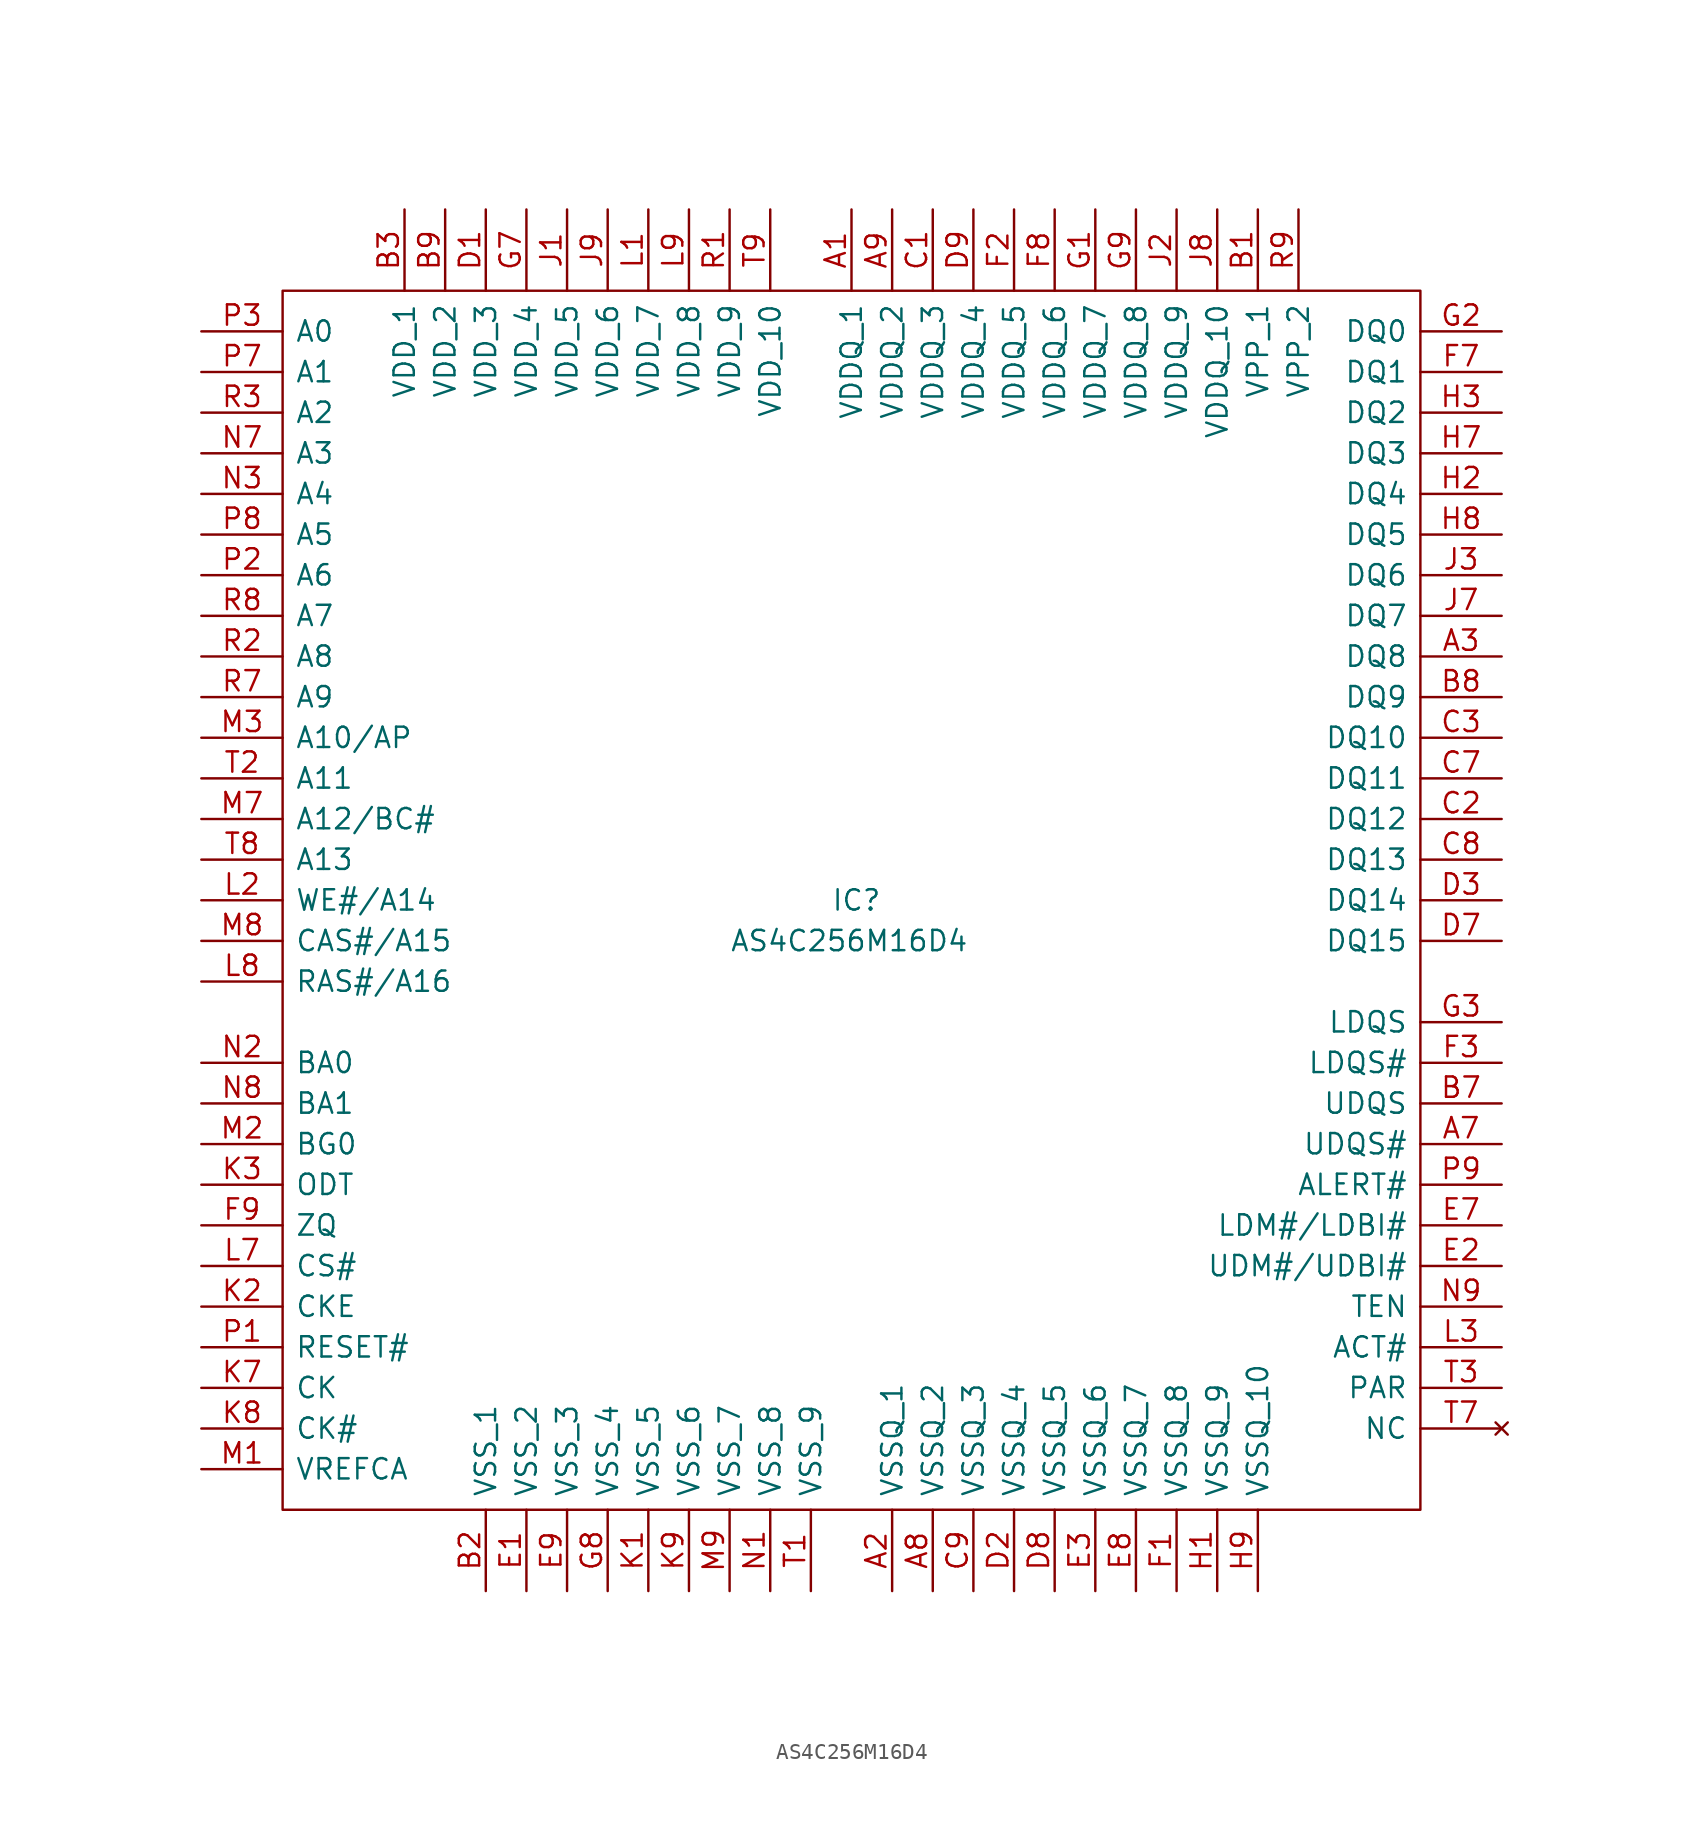
<source format=kicad_sym>
(kicad_symbol_lib
  (version 20200908)
  (generator kicad_symbol_editor)
  (symbol "Scott:AS4C256M16D4"
    (pin_names
      (offset 0.762))
    (property "Reference" "IC"
      (at -1.27 0 0)
      (effects (font (size 1.27 1.27)) (justify left)))
    (property "Value" "AS4C256M16D4"
      (at -7.62 -2.54 0)
      (effects (font (size 1.27 1.27)) (justify left)))
    (symbol "AS4C256M16D4_0_1"
      (polyline (pts (xy -35.56 38.1) (xy 35.56 38.1) (xy 35.56 -38.1) (xy -35.56 -38.1) (xy -35.56 38.1)) (stroke (width 0.152)) (fill (type none))))
    (symbol "AS4C256M16D4_0_0"
      (pin passive line (at 0 43.18 270) (length 5.08) (name "VDDQ_1" (effects (font (size 1.27 1.27)))) (number "A1" (effects (font (size 1.27 1.27)))))
      (pin passive line (at 2.54 -43.18 90) (length 5.08) (name "VSSQ_1" (effects (font (size 1.27 1.27)))) (number "A2" (effects (font (size 1.27 1.27)))))
      (pin passive line (at 40.64 15.24 180) (length 5.08) (name "DQ8" (effects (font (size 1.27 1.27)))) (number "A3" (effects (font (size 1.27 1.27)))))
      (pin passive line (at 40.64 -15.24 180) (length 5.08) (name "UDQS#" (effects (font (size 1.27 1.27)))) (number "A7" (effects (font (size 1.27 1.27)))))
      (pin passive line (at 5.08 -43.18 90) (length 5.08) (name "VSSQ_2" (effects (font (size 1.27 1.27)))) (number "A8" (effects (font (size 1.27 1.27)))))
      (pin passive line (at 2.54 43.18 270) (length 5.08) (name "VDDQ_2" (effects (font (size 1.27 1.27)))) (number "A9" (effects (font (size 1.27 1.27)))))
      (pin passive line (at 25.4 43.18 270) (length 5.08) (name "VPP_1" (effects (font (size 1.27 1.27)))) (number "B1" (effects (font (size 1.27 1.27)))))
      (pin passive line (at -22.86 -43.18 90) (length 5.08) (name "VSS_1" (effects (font (size 1.27 1.27)))) (number "B2" (effects (font (size 1.27 1.27)))))
      (pin passive line (at -27.94 43.18 270) (length 5.08) (name "VDD_1" (effects (font (size 1.27 1.27)))) (number "B3" (effects (font (size 1.27 1.27)))))
      (pin passive line (at 40.64 -12.7 180) (length 5.08) (name "UDQS" (effects (font (size 1.27 1.27)))) (number "B7" (effects (font (size 1.27 1.27)))))
      (pin passive line (at 40.64 12.7 180) (length 5.08) (name "DQ9" (effects (font (size 1.27 1.27)))) (number "B8" (effects (font (size 1.27 1.27)))))
      (pin passive line (at -25.4 43.18 270) (length 5.08) (name "VDD_2" (effects (font (size 1.27 1.27)))) (number "B9" (effects (font (size 1.27 1.27)))))
      (pin passive line (at 5.08 43.18 270) (length 5.08) (name "VDDQ_3" (effects (font (size 1.27 1.27)))) (number "C1" (effects (font (size 1.27 1.27)))))
      (pin passive line (at 40.64 5.08 180) (length 5.08) (name "DQ12" (effects (font (size 1.27 1.27)))) (number "C2" (effects (font (size 1.27 1.27)))))
      (pin passive line (at 40.64 10.16 180) (length 5.08) (name "DQ10" (effects (font (size 1.27 1.27)))) (number "C3" (effects (font (size 1.27 1.27)))))
      (pin passive line (at 40.64 7.62 180) (length 5.08) (name "DQ11" (effects (font (size 1.27 1.27)))) (number "C7" (effects (font (size 1.27 1.27)))))
      (pin passive line (at 40.64 2.54 180) (length 5.08) (name "DQ13" (effects (font (size 1.27 1.27)))) (number "C8" (effects (font (size 1.27 1.27)))))
      (pin passive line (at 7.62 -43.18 90) (length 5.08) (name "VSSQ_3" (effects (font (size 1.27 1.27)))) (number "C9" (effects (font (size 1.27 1.27)))))
      (pin passive line (at -22.86 43.18 270) (length 5.08) (name "VDD_3" (effects (font (size 1.27 1.27)))) (number "D1" (effects (font (size 1.27 1.27)))))
      (pin passive line (at 10.16 -43.18 90) (length 5.08) (name "VSSQ_4" (effects (font (size 1.27 1.27)))) (number "D2" (effects (font (size 1.27 1.27)))))
      (pin passive line (at 40.64 0 180) (length 5.08) (name "DQ14" (effects (font (size 1.27 1.27)))) (number "D3" (effects (font (size 1.27 1.27)))))
      (pin passive line (at 40.64 -2.54 180) (length 5.08) (name "DQ15" (effects (font (size 1.27 1.27)))) (number "D7" (effects (font (size 1.27 1.27)))))
      (pin passive line (at 12.7 -43.18 90) (length 5.08) (name "VSSQ_5" (effects (font (size 1.27 1.27)))) (number "D8" (effects (font (size 1.27 1.27)))))
      (pin passive line (at 7.62 43.18 270) (length 5.08) (name "VDDQ_4" (effects (font (size 1.27 1.27)))) (number "D9" (effects (font (size 1.27 1.27)))))
      (pin passive line (at -20.32 -43.18 90) (length 5.08) (name "VSS_2" (effects (font (size 1.27 1.27)))) (number "E1" (effects (font (size 1.27 1.27)))))
      (pin passive line (at 40.64 -22.86 180) (length 5.08) (name "UDM#/UDBI#" (effects (font (size 1.27 1.27)))) (number "E2" (effects (font (size 1.27 1.27)))))
      (pin passive line (at 15.24 -43.18 90) (length 5.08) (name "VSSQ_6" (effects (font (size 1.27 1.27)))) (number "E3" (effects (font (size 1.27 1.27)))))
      (pin passive line (at 40.64 -20.32 180) (length 5.08) (name "LDM#/LDBI#" (effects (font (size 1.27 1.27)))) (number "E7" (effects (font (size 1.27 1.27)))))
      (pin passive line (at 17.78 -43.18 90) (length 5.08) (name "VSSQ_7" (effects (font (size 1.27 1.27)))) (number "E8" (effects (font (size 1.27 1.27)))))
      (pin passive line (at -17.78 -43.18 90) (length 5.08) (name "VSS_3" (effects (font (size 1.27 1.27)))) (number "E9" (effects (font (size 1.27 1.27)))))
      (pin passive line (at 20.32 -43.18 90) (length 5.08) (name "VSSQ_8" (effects (font (size 1.27 1.27)))) (number "F1" (effects (font (size 1.27 1.27)))))
      (pin passive line (at 10.16 43.18 270) (length 5.08) (name "VDDQ_5" (effects (font (size 1.27 1.27)))) (number "F2" (effects (font (size 1.27 1.27)))))
      (pin passive line (at 40.64 -10.16 180) (length 5.08) (name "LDQS#" (effects (font (size 1.27 1.27)))) (number "F3" (effects (font (size 1.27 1.27)))))
      (pin passive line (at 40.64 33.02 180) (length 5.08) (name "DQ1" (effects (font (size 1.27 1.27)))) (number "F7" (effects (font (size 1.27 1.27)))))
      (pin passive line (at 12.7 43.18 270) (length 5.08) (name "VDDQ_6" (effects (font (size 1.27 1.27)))) (number "F8" (effects (font (size 1.27 1.27)))))
      (pin passive line (at -40.64 -20.32 0) (length 5.08) (name "ZQ" (effects (font (size 1.27 1.27)))) (number "F9" (effects (font (size 1.27 1.27)))))
      (pin passive line (at 15.24 43.18 270) (length 5.08) (name "VDDQ_7" (effects (font (size 1.27 1.27)))) (number "G1" (effects (font (size 1.27 1.27)))))
      (pin passive line (at 40.64 35.56 180) (length 5.08) (name "DQ0" (effects (font (size 1.27 1.27)))) (number "G2" (effects (font (size 1.27 1.27)))))
      (pin passive line (at 40.64 -7.62 180) (length 5.08) (name "LDQS" (effects (font (size 1.27 1.27)))) (number "G3" (effects (font (size 1.27 1.27)))))
      (pin passive line (at -20.32 43.18 270) (length 5.08) (name "VDD_4" (effects (font (size 1.27 1.27)))) (number "G7" (effects (font (size 1.27 1.27)))))
      (pin passive line (at -15.24 -43.18 90) (length 5.08) (name "VSS_4" (effects (font (size 1.27 1.27)))) (number "G8" (effects (font (size 1.27 1.27)))))
      (pin passive line (at 17.78 43.18 270) (length 5.08) (name "VDDQ_8" (effects (font (size 1.27 1.27)))) (number "G9" (effects (font (size 1.27 1.27)))))
      (pin passive line (at 22.86 -43.18 90) (length 5.08) (name "VSSQ_9" (effects (font (size 1.27 1.27)))) (number "H1" (effects (font (size 1.27 1.27)))))
      (pin passive line (at 40.64 25.4 180) (length 5.08) (name "DQ4" (effects (font (size 1.27 1.27)))) (number "H2" (effects (font (size 1.27 1.27)))))
      (pin passive line (at 40.64 30.48 180) (length 5.08) (name "DQ2" (effects (font (size 1.27 1.27)))) (number "H3" (effects (font (size 1.27 1.27)))))
      (pin passive line (at 40.64 27.94 180) (length 5.08) (name "DQ3" (effects (font (size 1.27 1.27)))) (number "H7" (effects (font (size 1.27 1.27)))))
      (pin passive line (at 40.64 22.86 180) (length 5.08) (name "DQ5" (effects (font (size 1.27 1.27)))) (number "H8" (effects (font (size 1.27 1.27)))))
      (pin passive line (at 25.4 -43.18 90) (length 5.08) (name "VSSQ_10" (effects (font (size 1.27 1.27)))) (number "H9" (effects (font (size 1.27 1.27)))))
      (pin passive line (at -17.78 43.18 270) (length 5.08) (name "VDD_5" (effects (font (size 1.27 1.27)))) (number "J1" (effects (font (size 1.27 1.27)))))
      (pin passive line (at 20.32 43.18 270) (length 5.08) (name "VDDQ_9" (effects (font (size 1.27 1.27)))) (number "J2" (effects (font (size 1.27 1.27)))))
      (pin passive line (at 40.64 20.32 180) (length 5.08) (name "DQ6" (effects (font (size 1.27 1.27)))) (number "J3" (effects (font (size 1.27 1.27)))))
      (pin passive line (at 40.64 17.78 180) (length 5.08) (name "DQ7" (effects (font (size 1.27 1.27)))) (number "J7" (effects (font (size 1.27 1.27)))))
      (pin passive line (at 22.86 43.18 270) (length 5.08) (name "VDDQ_10" (effects (font (size 1.27 1.27)))) (number "J8" (effects (font (size 1.27 1.27)))))
      (pin passive line (at -15.24 43.18 270) (length 5.08) (name "VDD_6" (effects (font (size 1.27 1.27)))) (number "J9" (effects (font (size 1.27 1.27)))))
      (pin passive line (at -12.7 -43.18 90) (length 5.08) (name "VSS_5" (effects (font (size 1.27 1.27)))) (number "K1" (effects (font (size 1.27 1.27)))))
      (pin passive line (at -40.64 -25.4 0) (length 5.08) (name "CKE" (effects (font (size 1.27 1.27)))) (number "K2" (effects (font (size 1.27 1.27)))))
      (pin passive line (at -40.64 -17.78 0) (length 5.08) (name "ODT" (effects (font (size 1.27 1.27)))) (number "K3" (effects (font (size 1.27 1.27)))))
      (pin passive line (at -40.64 -30.48 0) (length 5.08) (name "CK" (effects (font (size 1.27 1.27)))) (number "K7" (effects (font (size 1.27 1.27)))))
      (pin passive line (at -40.64 -33.02 0) (length 5.08) (name "CK#" (effects (font (size 1.27 1.27)))) (number "K8" (effects (font (size 1.27 1.27)))))
      (pin passive line (at -10.16 -43.18 90) (length 5.08) (name "VSS_6" (effects (font (size 1.27 1.27)))) (number "K9" (effects (font (size 1.27 1.27)))))
      (pin passive line (at -12.7 43.18 270) (length 5.08) (name "VDD_7" (effects (font (size 1.27 1.27)))) (number "L1" (effects (font (size 1.27 1.27)))))
      (pin passive line (at -40.64 0 0) (length 5.08) (name "WE#/A14" (effects (font (size 1.27 1.27)))) (number "L2" (effects (font (size 1.27 1.27)))))
      (pin passive line (at 40.64 -27.94 180) (length 5.08) (name "ACT#" (effects (font (size 1.27 1.27)))) (number "L3" (effects (font (size 1.27 1.27)))))
      (pin passive line (at -40.64 -22.86 0) (length 5.08) (name "CS#" (effects (font (size 1.27 1.27)))) (number "L7" (effects (font (size 1.27 1.27)))))
      (pin passive line (at -40.64 -5.08 0) (length 5.08) (name "RAS#/A16" (effects (font (size 1.27 1.27)))) (number "L8" (effects (font (size 1.27 1.27)))))
      (pin passive line (at -10.16 43.18 270) (length 5.08) (name "VDD_8" (effects (font (size 1.27 1.27)))) (number "L9" (effects (font (size 1.27 1.27)))))
      (pin passive line (at -40.64 -35.56 0) (length 5.08) (name "VREFCA" (effects (font (size 1.27 1.27)))) (number "M1" (effects (font (size 1.27 1.27)))))
      (pin passive line (at -40.64 -15.24 0) (length 5.08) (name "BG0" (effects (font (size 1.27 1.27)))) (number "M2" (effects (font (size 1.27 1.27)))))
      (pin passive line (at -40.64 10.16 0) (length 5.08) (name "A10/AP" (effects (font (size 1.27 1.27)))) (number "M3" (effects (font (size 1.27 1.27)))))
      (pin passive line (at -40.64 5.08 0) (length 5.08) (name "A12/BC#" (effects (font (size 1.27 1.27)))) (number "M7" (effects (font (size 1.27 1.27)))))
      (pin passive line (at -40.64 -2.54 0) (length 5.08) (name "CAS#/A15" (effects (font (size 1.27 1.27)))) (number "M8" (effects (font (size 1.27 1.27)))))
      (pin passive line (at -7.62 -43.18 90) (length 5.08) (name "VSS_7" (effects (font (size 1.27 1.27)))) (number "M9" (effects (font (size 1.27 1.27)))))
      (pin passive line (at -5.08 -43.18 90) (length 5.08) (name "VSS_8" (effects (font (size 1.27 1.27)))) (number "N1" (effects (font (size 1.27 1.27)))))
      (pin passive line (at -40.64 -10.16 0) (length 5.08) (name "BA0" (effects (font (size 1.27 1.27)))) (number "N2" (effects (font (size 1.27 1.27)))))
      (pin passive line (at -40.64 25.4 0) (length 5.08) (name "A4" (effects (font (size 1.27 1.27)))) (number "N3" (effects (font (size 1.27 1.27)))))
      (pin passive line (at -40.64 27.94 0) (length 5.08) (name "A3" (effects (font (size 1.27 1.27)))) (number "N7" (effects (font (size 1.27 1.27)))))
      (pin passive line (at -40.64 -12.7 0) (length 5.08) (name "BA1" (effects (font (size 1.27 1.27)))) (number "N8" (effects (font (size 1.27 1.27)))))
      (pin passive line (at 40.64 -25.4 180) (length 5.08) (name "TEN" (effects (font (size 1.27 1.27)))) (number "N9" (effects (font (size 1.27 1.27)))))
      (pin passive line (at -40.64 -27.94 0) (length 5.08) (name "RESET#" (effects (font (size 1.27 1.27)))) (number "P1" (effects (font (size 1.27 1.27)))))
      (pin passive line (at -40.64 20.32 0) (length 5.08) (name "A6" (effects (font (size 1.27 1.27)))) (number "P2" (effects (font (size 1.27 1.27)))))
      (pin passive line (at -40.64 35.56 0) (length 5.08) (name "A0" (effects (font (size 1.27 1.27)))) (number "P3" (effects (font (size 1.27 1.27)))))
      (pin passive line (at -40.64 33.02 0) (length 5.08) (name "A1" (effects (font (size 1.27 1.27)))) (number "P7" (effects (font (size 1.27 1.27)))))
      (pin passive line (at -40.64 22.86 0) (length 5.08) (name "A5" (effects (font (size 1.27 1.27)))) (number "P8" (effects (font (size 1.27 1.27)))))
      (pin passive line (at 40.64 -17.78 180) (length 5.08) (name "ALERT#" (effects (font (size 1.27 1.27)))) (number "P9" (effects (font (size 1.27 1.27)))))
      (pin passive line (at -7.62 43.18 270) (length 5.08) (name "VDD_9" (effects (font (size 1.27 1.27)))) (number "R1" (effects (font (size 1.27 1.27)))))
      (pin passive line (at -40.64 15.24 0) (length 5.08) (name "A8" (effects (font (size 1.27 1.27)))) (number "R2" (effects (font (size 1.27 1.27)))))
      (pin passive line (at -40.64 30.48 0) (length 5.08) (name "A2" (effects (font (size 1.27 1.27)))) (number "R3" (effects (font (size 1.27 1.27)))))
      (pin passive line (at -40.64 12.7 0) (length 5.08) (name "A9" (effects (font (size 1.27 1.27)))) (number "R7" (effects (font (size 1.27 1.27)))))
      (pin passive line (at -40.64 17.78 0) (length 5.08) (name "A7" (effects (font (size 1.27 1.27)))) (number "R8" (effects (font (size 1.27 1.27)))))
      (pin passive line (at 27.94 43.18 270) (length 5.08) (name "VPP_2" (effects (font (size 1.27 1.27)))) (number "R9" (effects (font (size 1.27 1.27)))))
      (pin passive line (at -2.54 -43.18 90) (length 5.08) (name "VSS_9" (effects (font (size 1.27 1.27)))) (number "T1" (effects (font (size 1.27 1.27)))))
      (pin passive line (at -40.64 7.62 0) (length 5.08) (name "A11" (effects (font (size 1.27 1.27)))) (number "T2" (effects (font (size 1.27 1.27)))))
      (pin passive line (at 40.64 -30.48 180) (length 5.08) (name "PAR" (effects (font (size 1.27 1.27)))) (number "T3" (effects (font (size 1.27 1.27)))))
      (pin unconnected line (at 40.64 -33.02 180) (length 5.08) (name "NC" (effects (font (size 1.27 1.27)))) (number "T7" (effects (font (size 1.27 1.27)))))
      (pin passive line (at -40.64 2.54 0) (length 5.08) (name "A13" (effects (font (size 1.27 1.27)))) (number "T8" (effects (font (size 1.27 1.27)))))
      (pin passive line (at -5.08 43.18 270) (length 5.08) (name "VDD_10" (effects (font (size 1.27 1.27)))) (number "T9" (effects (font (size 1.27 1.27))))))))
</source>
